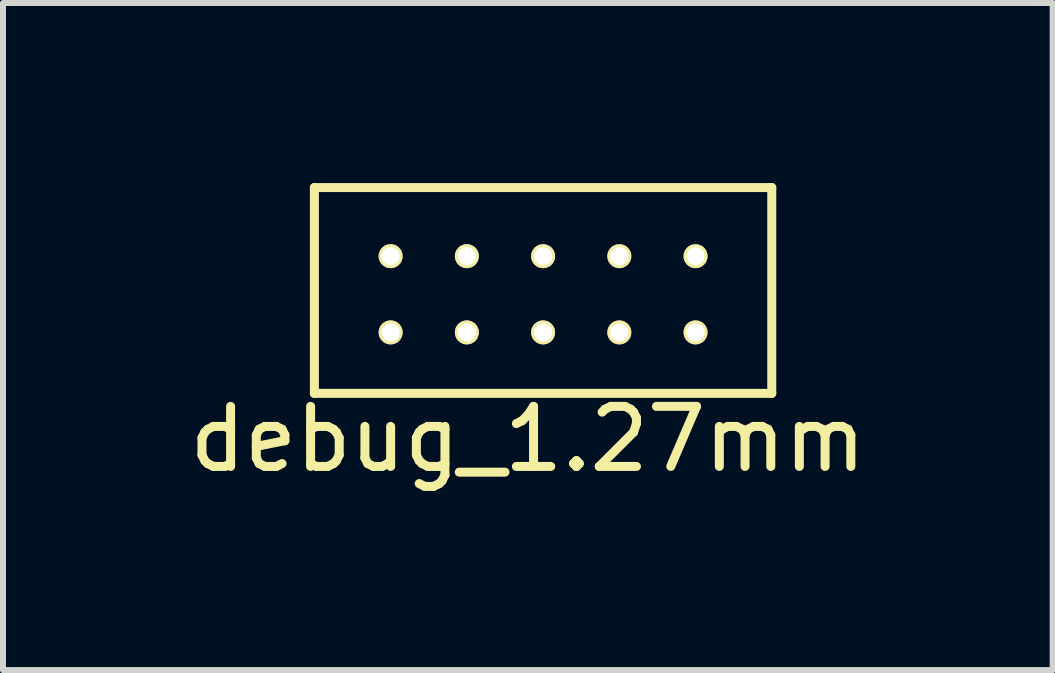
<source format=kicad_pcb>
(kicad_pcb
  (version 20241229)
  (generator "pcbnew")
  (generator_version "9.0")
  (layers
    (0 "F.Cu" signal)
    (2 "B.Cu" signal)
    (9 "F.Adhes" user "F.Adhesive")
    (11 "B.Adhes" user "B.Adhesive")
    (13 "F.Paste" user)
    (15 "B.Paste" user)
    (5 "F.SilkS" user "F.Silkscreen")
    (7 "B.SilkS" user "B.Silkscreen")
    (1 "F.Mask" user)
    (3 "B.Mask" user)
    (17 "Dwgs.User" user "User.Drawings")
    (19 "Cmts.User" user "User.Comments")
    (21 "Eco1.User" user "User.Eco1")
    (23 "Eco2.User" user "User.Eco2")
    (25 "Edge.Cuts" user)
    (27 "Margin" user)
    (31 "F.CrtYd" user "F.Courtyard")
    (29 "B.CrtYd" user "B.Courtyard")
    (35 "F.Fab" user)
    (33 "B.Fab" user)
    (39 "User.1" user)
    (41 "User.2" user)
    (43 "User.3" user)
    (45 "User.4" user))
  (footprint "debug_1.27mm"
    (layer "F.Cu")
    (at 5.998 1.853)
    (property "Reference" "debug_1.27mm" (at -0.254 2.413 0) (layer "F.SilkS") (effects (font (size 1 1) (thickness 0.15))))
    (attr through_hole)
    (fp_line (start -3.81 -1.778) (end 3.81 -1.778) (stroke (width 0.15) (type solid)) (layer "F.SilkS"))
    (fp_line (start -3.81 1.651) (end -3.81 -1.778) (stroke (width 0.15) (type solid)) (layer "F.SilkS"))
    (fp_line (start 3.81 -1.778) (end 3.81 1.651) (stroke (width 0.15) (type solid)) (layer "F.SilkS"))
    (fp_line (start 3.81 1.651) (end -3.81 1.651) (stroke (width 0.15) (type solid)) (layer "F.SilkS"))
    (pad "1" thru_hole circle (at -2.54 0.635) (size 0.4 0.4) (drill 0.3) (layers "*.Cu" "*.Mask" "F.SilkS"))
    (pad "2" thru_hole circle (at -2.54 -0.635) (size 0.4 0.4) (drill 0.3) (layers "*.Cu" "*.Mask" "F.SilkS"))
    (pad "3" thru_hole circle (at -1.27 0.635) (size 0.4 0.4) (drill 0.3) (layers "*.Cu" "*.Mask" "F.SilkS"))
    (pad "4" thru_hole circle (at -1.27 -0.635) (size 0.4 0.4) (drill 0.3) (layers "*.Cu" "*.Mask" "F.SilkS"))
    (pad "5" thru_hole circle (at 0 0.635) (size 0.4 0.4) (drill 0.3) (layers "*.Cu" "*.Mask" "F.SilkS"))
    (pad "6" thru_hole circle (at 0 -0.635) (size 0.4 0.4) (drill 0.3) (layers "*.Cu" "*.Mask" "F.SilkS"))
    (pad "7" thru_hole circle (at 1.27 0.635) (size 0.4 0.4) (drill 0.3) (layers "*.Cu" "*.Mask" "F.SilkS"))
    (pad "8" thru_hole circle (at 1.27 -0.635) (size 0.4 0.4) (drill 0.3) (layers "*.Cu" "*.Mask" "F.SilkS"))
    (pad "9" thru_hole circle (at 2.54 0.635) (size 0.4 0.4) (drill 0.3) (layers "*.Cu" "*.Mask" "F.SilkS"))
    (pad "10" thru_hole circle (at 2.54 -0.635) (size 0.4 0.4) (drill 0.3) (layers "*.Cu" "*.Mask" "F.SilkS")))
  (gr_rect
    (start -3 -3)
    (end 14.488 8.114)
    (stroke (width 0.1) (type default))
    (fill no)
    (layer "Edge.Cuts")))
</source>
